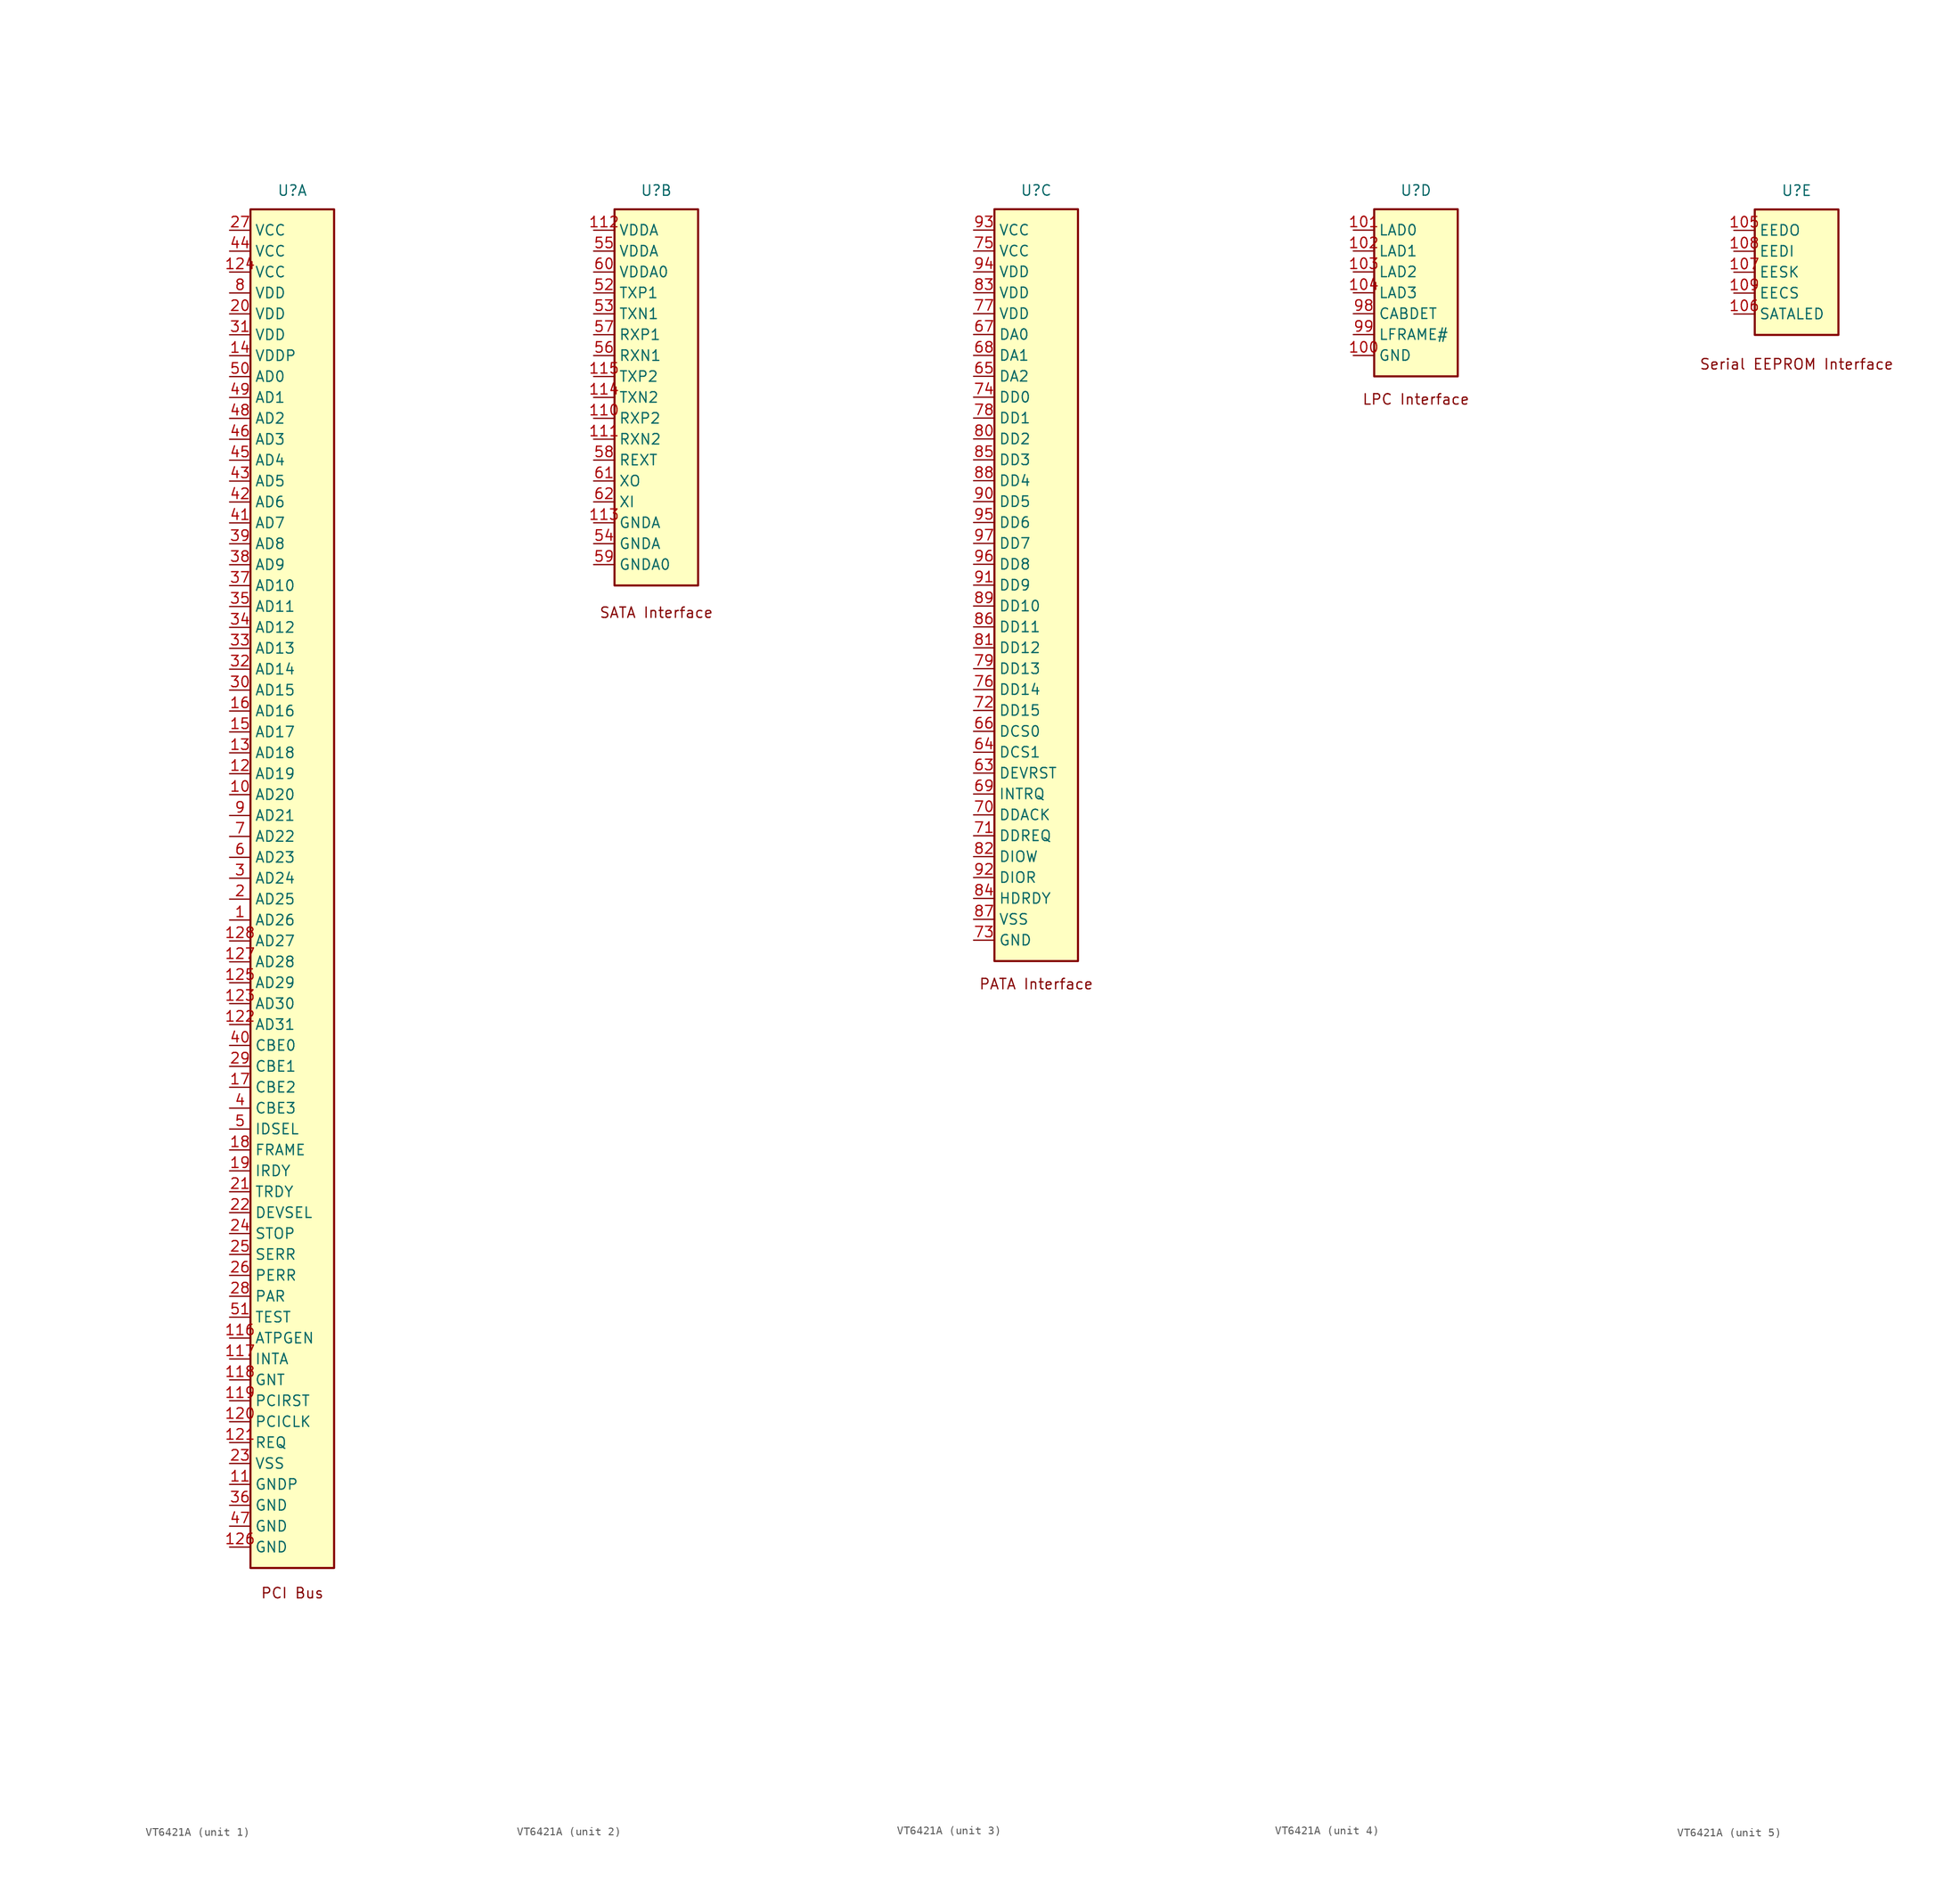
<source format=kicad_sym>
(kicad_symbol_lib
  (version 20231120)
  (generator "kicad_symbol_editor")
  (generator_version "8.0")
  (symbol "VT6421A"
    (property "Reference" "U"
      (at 0 2.286 0)
      (effects (font (size 1.27 1.27))))
    (property "Value" ""
      (at -27.94 -177.8 0)
      (effects (font (size 1.27 1.27))))
    (property "ki_locked" ""
      (at 0 0 0)
      (effects (font (size 1.27 1.27))))
    (symbol "VT6421A_1_1"
      (rectangle (start -5.08 0) (end 5.08 -165.1) (stroke (width 0.254) (type default)) (fill (type background)))
      (text "PCI Bus" (at 0 -168.148 0) (effects (font (size 1.27 1.27))))
      (pin bidirectional line (at -7.62 -86.36 0) (length 2.54) (name "AD26" (effects (font (size 1.27 1.27)))) (number "1" (effects (font (size 1.27 1.27)))))
      (pin bidirectional line (at -7.62 -71.12 0) (length 2.54) (name "AD20" (effects (font (size 1.27 1.27)))) (number "10" (effects (font (size 1.27 1.27)))))
      (pin passive line (at -7.62 -154.94 0) (length 2.54) (name "GNDP" (effects (font (size 1.27 1.27)))) (number "11" (effects (font (size 1.27 1.27)))))
      (pin input line (at -7.62 -137.16 0) (length 2.54) (name "ATPGEN" (effects (font (size 1.27 1.27)))) (number "116" (effects (font (size 1.27 1.27)))))
      (pin output line (at -7.62 -139.7 0) (length 2.54) (name "INTA" (effects (font (size 1.27 1.27)))) (number "117" (effects (font (size 1.27 1.27)))))
      (pin bidirectional line (at -7.62 -142.24 0) (length 2.54) (name "GNT" (effects (font (size 1.27 1.27)))) (number "118" (effects (font (size 1.27 1.27)))))
      (pin bidirectional line (at -7.62 -144.78 0) (length 2.54) (name "PCIRST" (effects (font (size 1.27 1.27)))) (number "119" (effects (font (size 1.27 1.27)))))
      (pin bidirectional line (at -7.62 -68.58 0) (length 2.54) (name "AD19" (effects (font (size 1.27 1.27)))) (number "12" (effects (font (size 1.27 1.27)))))
      (pin bidirectional line (at -7.62 -147.32 0) (length 2.54) (name "PCICLK" (effects (font (size 1.27 1.27)))) (number "120" (effects (font (size 1.27 1.27)))))
      (pin bidirectional line (at -7.62 -149.86 0) (length 2.54) (name "REQ" (effects (font (size 1.27 1.27)))) (number "121" (effects (font (size 1.27 1.27)))))
      (pin bidirectional line (at -7.62 -99.06 0) (length 2.54) (name "AD31" (effects (font (size 1.27 1.27)))) (number "122" (effects (font (size 1.27 1.27)))))
      (pin bidirectional line (at -7.62 -96.52 0) (length 2.54) (name "AD30" (effects (font (size 1.27 1.27)))) (number "123" (effects (font (size 1.27 1.27)))))
      (pin power_in line (at -7.62 -7.62 0) (length 2.54) (name "VCC" (effects (font (size 1.27 1.27)))) (number "124" (effects (font (size 1.27 1.27)))))
      (pin bidirectional line (at -7.62 -93.98 0) (length 2.54) (name "AD29" (effects (font (size 1.27 1.27)))) (number "125" (effects (font (size 1.27 1.27)))))
      (pin passive line (at -7.62 -162.56 0) (length 2.54) (name "GND" (effects (font (size 1.27 1.27)))) (number "126" (effects (font (size 1.27 1.27)))))
      (pin bidirectional line (at -7.62 -91.44 0) (length 2.54) (name "AD28" (effects (font (size 1.27 1.27)))) (number "127" (effects (font (size 1.27 1.27)))))
      (pin bidirectional line (at -7.62 -88.9 0) (length 2.54) (name "AD27" (effects (font (size 1.27 1.27)))) (number "128" (effects (font (size 1.27 1.27)))))
      (pin bidirectional line (at -7.62 -66.04 0) (length 2.54) (name "AD18" (effects (font (size 1.27 1.27)))) (number "13" (effects (font (size 1.27 1.27)))))
      (pin power_in line (at -7.62 -17.78 0) (length 2.54) (name "VDDP" (effects (font (size 1.27 1.27)))) (number "14" (effects (font (size 1.27 1.27)))))
      (pin bidirectional line (at -7.62 -63.5 0) (length 2.54) (name "AD17" (effects (font (size 1.27 1.27)))) (number "15" (effects (font (size 1.27 1.27)))))
      (pin bidirectional line (at -7.62 -60.96 0) (length 2.54) (name "AD16" (effects (font (size 1.27 1.27)))) (number "16" (effects (font (size 1.27 1.27)))))
      (pin bidirectional line (at -7.62 -106.68 0) (length 2.54) (name "CBE2" (effects (font (size 1.27 1.27)))) (number "17" (effects (font (size 1.27 1.27)))))
      (pin bidirectional line (at -7.62 -114.3 0) (length 2.54) (name "FRAME" (effects (font (size 1.27 1.27)))) (number "18" (effects (font (size 1.27 1.27)))))
      (pin bidirectional line (at -7.62 -116.84 0) (length 2.54) (name "IRDY" (effects (font (size 1.27 1.27)))) (number "19" (effects (font (size 1.27 1.27)))))
      (pin bidirectional line (at -7.62 -83.82 0) (length 2.54) (name "AD25" (effects (font (size 1.27 1.27)))) (number "2" (effects (font (size 1.27 1.27)))))
      (pin power_in line (at -7.62 -12.7 0) (length 2.54) (name "VDD" (effects (font (size 1.27 1.27)))) (number "20" (effects (font (size 1.27 1.27)))))
      (pin bidirectional line (at -7.62 -119.38 0) (length 2.54) (name "TRDY" (effects (font (size 1.27 1.27)))) (number "21" (effects (font (size 1.27 1.27)))))
      (pin bidirectional line (at -7.62 -121.92 0) (length 2.54) (name "DEVSEL" (effects (font (size 1.27 1.27)))) (number "22" (effects (font (size 1.27 1.27)))))
      (pin passive line (at -7.62 -152.4 0) (length 2.54) (name "VSS" (effects (font (size 1.27 1.27)))) (number "23" (effects (font (size 1.27 1.27)))))
      (pin bidirectional line (at -7.62 -124.46 0) (length 2.54) (name "STOP" (effects (font (size 1.27 1.27)))) (number "24" (effects (font (size 1.27 1.27)))))
      (pin input line (at -7.62 -127 0) (length 2.54) (name "SERR" (effects (font (size 1.27 1.27)))) (number "25" (effects (font (size 1.27 1.27)))))
      (pin input line (at -7.62 -129.54 0) (length 2.54) (name "PERR" (effects (font (size 1.27 1.27)))) (number "26" (effects (font (size 1.27 1.27)))))
      (pin power_in line (at -7.62 -2.54 0) (length 2.54) (name "VCC" (effects (font (size 1.27 1.27)))) (number "27" (effects (font (size 1.27 1.27)))))
      (pin bidirectional line (at -7.62 -132.08 0) (length 2.54) (name "PAR" (effects (font (size 1.27 1.27)))) (number "28" (effects (font (size 1.27 1.27)))))
      (pin bidirectional line (at -7.62 -104.14 0) (length 2.54) (name "CBE1" (effects (font (size 1.27 1.27)))) (number "29" (effects (font (size 1.27 1.27)))))
      (pin bidirectional line (at -7.62 -81.28 0) (length 2.54) (name "AD24" (effects (font (size 1.27 1.27)))) (number "3" (effects (font (size 1.27 1.27)))))
      (pin bidirectional line (at -7.62 -58.42 0) (length 2.54) (name "AD15" (effects (font (size 1.27 1.27)))) (number "30" (effects (font (size 1.27 1.27)))))
      (pin power_in line (at -7.62 -15.24 0) (length 2.54) (name "VDD" (effects (font (size 1.27 1.27)))) (number "31" (effects (font (size 1.27 1.27)))))
      (pin bidirectional line (at -7.62 -55.88 0) (length 2.54) (name "AD14" (effects (font (size 1.27 1.27)))) (number "32" (effects (font (size 1.27 1.27)))))
      (pin bidirectional line (at -7.62 -53.34 0) (length 2.54) (name "AD13" (effects (font (size 1.27 1.27)))) (number "33" (effects (font (size 1.27 1.27)))))
      (pin bidirectional line (at -7.62 -50.8 0) (length 2.54) (name "AD12" (effects (font (size 1.27 1.27)))) (number "34" (effects (font (size 1.27 1.27)))))
      (pin bidirectional line (at -7.62 -48.26 0) (length 2.54) (name "AD11" (effects (font (size 1.27 1.27)))) (number "35" (effects (font (size 1.27 1.27)))))
      (pin passive line (at -7.62 -157.48 0) (length 2.54) (name "GND" (effects (font (size 1.27 1.27)))) (number "36" (effects (font (size 1.27 1.27)))))
      (pin bidirectional line (at -7.62 -45.72 0) (length 2.54) (name "AD10" (effects (font (size 1.27 1.27)))) (number "37" (effects (font (size 1.27 1.27)))))
      (pin bidirectional line (at -7.62 -43.18 0) (length 2.54) (name "AD9" (effects (font (size 1.27 1.27)))) (number "38" (effects (font (size 1.27 1.27)))))
      (pin bidirectional line (at -7.62 -40.64 0) (length 2.54) (name "AD8" (effects (font (size 1.27 1.27)))) (number "39" (effects (font (size 1.27 1.27)))))
      (pin bidirectional line (at -7.62 -109.22 0) (length 2.54) (name "CBE3" (effects (font (size 1.27 1.27)))) (number "4" (effects (font (size 1.27 1.27)))))
      (pin bidirectional line (at -7.62 -101.6 0) (length 2.54) (name "CBE0" (effects (font (size 1.27 1.27)))) (number "40" (effects (font (size 1.27 1.27)))))
      (pin bidirectional line (at -7.62 -38.1 0) (length 2.54) (name "AD7" (effects (font (size 1.27 1.27)))) (number "41" (effects (font (size 1.27 1.27)))))
      (pin bidirectional line (at -7.62 -35.56 0) (length 2.54) (name "AD6" (effects (font (size 1.27 1.27)))) (number "42" (effects (font (size 1.27 1.27)))))
      (pin bidirectional line (at -7.62 -33.02 0) (length 2.54) (name "AD5" (effects (font (size 1.27 1.27)))) (number "43" (effects (font (size 1.27 1.27)))))
      (pin power_in line (at -7.62 -5.08 0) (length 2.54) (name "VCC" (effects (font (size 1.27 1.27)))) (number "44" (effects (font (size 1.27 1.27)))))
      (pin bidirectional line (at -7.62 -30.48 0) (length 2.54) (name "AD4" (effects (font (size 1.27 1.27)))) (number "45" (effects (font (size 1.27 1.27)))))
      (pin bidirectional line (at -7.62 -27.94 0) (length 2.54) (name "AD3" (effects (font (size 1.27 1.27)))) (number "46" (effects (font (size 1.27 1.27)))))
      (pin passive line (at -7.62 -160.02 0) (length 2.54) (name "GND" (effects (font (size 1.27 1.27)))) (number "47" (effects (font (size 1.27 1.27)))))
      (pin bidirectional line (at -7.62 -25.4 0) (length 2.54) (name "AD2" (effects (font (size 1.27 1.27)))) (number "48" (effects (font (size 1.27 1.27)))))
      (pin bidirectional line (at -7.62 -22.86 0) (length 2.54) (name "AD1" (effects (font (size 1.27 1.27)))) (number "49" (effects (font (size 1.27 1.27)))))
      (pin bidirectional line (at -7.62 -111.76 0) (length 2.54) (name "IDSEL" (effects (font (size 1.27 1.27)))) (number "5" (effects (font (size 1.27 1.27)))))
      (pin bidirectional line (at -7.62 -20.32 0) (length 2.54) (name "AD0" (effects (font (size 1.27 1.27)))) (number "50" (effects (font (size 1.27 1.27)))))
      (pin input line (at -7.62 -134.62 0) (length 2.54) (name "TEST" (effects (font (size 1.27 1.27)))) (number "51" (effects (font (size 1.27 1.27)))))
      (pin bidirectional line (at -7.62 -78.74 0) (length 2.54) (name "AD23" (effects (font (size 1.27 1.27)))) (number "6" (effects (font (size 1.27 1.27)))))
      (pin bidirectional line (at -7.62 -76.2 0) (length 2.54) (name "AD22" (effects (font (size 1.27 1.27)))) (number "7" (effects (font (size 1.27 1.27)))))
      (pin power_in line (at -7.62 -10.16 0) (length 2.54) (name "VDD" (effects (font (size 1.27 1.27)))) (number "8" (effects (font (size 1.27 1.27)))))
      (pin bidirectional line (at -7.62 -73.66 0) (length 2.54) (name "AD21" (effects (font (size 1.27 1.27)))) (number "9" (effects (font (size 1.27 1.27))))))
    (symbol "VT6421A_2_1"
      (rectangle (start -5.08 0) (end 5.08 -45.72) (stroke (width 0.254) (type default)) (fill (type background)))
      (text "SATA Interface" (at 0 -49.022 0) (effects (font (size 1.27 1.27))))
      (pin input line (at -7.62 -25.4 0) (length 2.54) (name "RXP2" (effects (font (size 1.27 1.27)))) (number "110" (effects (font (size 1.27 1.27)))))
      (pin input line (at -7.62 -27.94 0) (length 2.54) (name "RXN2" (effects (font (size 1.27 1.27)))) (number "111" (effects (font (size 1.27 1.27)))))
      (pin power_in line (at -7.62 -2.54 0) (length 2.54) (name "VDDA" (effects (font (size 1.27 1.27)))) (number "112" (effects (font (size 1.27 1.27)))))
      (pin passive line (at -7.62 -38.1 0) (length 2.54) (name "GNDA" (effects (font (size 1.27 1.27)))) (number "113" (effects (font (size 1.27 1.27)))))
      (pin output line (at -7.62 -22.86 0) (length 2.54) (name "TXN2" (effects (font (size 1.27 1.27)))) (number "114" (effects (font (size 1.27 1.27)))))
      (pin output line (at -7.62 -20.32 0) (length 2.54) (name "TXP2" (effects (font (size 1.27 1.27)))) (number "115" (effects (font (size 1.27 1.27)))))
      (pin output line (at -7.62 -10.16 0) (length 2.54) (name "TXP1" (effects (font (size 1.27 1.27)))) (number "52" (effects (font (size 1.27 1.27)))))
      (pin output line (at -7.62 -12.7 0) (length 2.54) (name "TXN1" (effects (font (size 1.27 1.27)))) (number "53" (effects (font (size 1.27 1.27)))))
      (pin passive line (at -7.62 -40.64 0) (length 2.54) (name "GNDA" (effects (font (size 1.27 1.27)))) (number "54" (effects (font (size 1.27 1.27)))))
      (pin power_in line (at -7.62 -5.08 0) (length 2.54) (name "VDDA" (effects (font (size 1.27 1.27)))) (number "55" (effects (font (size 1.27 1.27)))))
      (pin input line (at -7.62 -17.78 0) (length 2.54) (name "RXN1" (effects (font (size 1.27 1.27)))) (number "56" (effects (font (size 1.27 1.27)))))
      (pin input line (at -7.62 -15.24 0) (length 2.54) (name "RXP1" (effects (font (size 1.27 1.27)))) (number "57" (effects (font (size 1.27 1.27)))))
      (pin input line (at -7.62 -30.48 0) (length 2.54) (name "REXT" (effects (font (size 1.27 1.27)))) (number "58" (effects (font (size 1.27 1.27)))))
      (pin passive line (at -7.62 -43.18 0) (length 2.54) (name "GNDA0" (effects (font (size 1.27 1.27)))) (number "59" (effects (font (size 1.27 1.27)))))
      (pin power_in line (at -7.62 -7.62 0) (length 2.54) (name "VDDA0" (effects (font (size 1.27 1.27)))) (number "60" (effects (font (size 1.27 1.27)))))
      (pin output line (at -7.62 -33.02 0) (length 2.54) (name "XO" (effects (font (size 1.27 1.27)))) (number "61" (effects (font (size 1.27 1.27)))))
      (pin input line (at -7.62 -35.56 0) (length 2.54) (name "XI" (effects (font (size 1.27 1.27)))) (number "62" (effects (font (size 1.27 1.27))))))
    (symbol "VT6421A_3_1"
      (rectangle (start -5.08 0) (end 5.08 -91.44) (stroke (width 0.254) (type default)) (fill (type background)))
      (text "PATA Interface" (at 0 -94.234 0) (effects (font (size 1.27 1.27))))
      (pin output line (at -7.62 -68.58 0) (length 2.54) (name "DEVRST" (effects (font (size 1.27 1.27)))) (number "63" (effects (font (size 1.27 1.27)))))
      (pin output line (at -7.62 -66.04 0) (length 2.54) (name "DCS1" (effects (font (size 1.27 1.27)))) (number "64" (effects (font (size 1.27 1.27)))))
      (pin bidirectional line (at -7.62 -20.32 0) (length 2.54) (name "DA2" (effects (font (size 1.27 1.27)))) (number "65" (effects (font (size 1.27 1.27)))))
      (pin output line (at -7.62 -63.5 0) (length 2.54) (name "DCS0" (effects (font (size 1.27 1.27)))) (number "66" (effects (font (size 1.27 1.27)))))
      (pin bidirectional line (at -7.62 -15.24 0) (length 2.54) (name "DA0" (effects (font (size 1.27 1.27)))) (number "67" (effects (font (size 1.27 1.27)))))
      (pin bidirectional line (at -7.62 -17.78 0) (length 2.54) (name "DA1" (effects (font (size 1.27 1.27)))) (number "68" (effects (font (size 1.27 1.27)))))
      (pin input line (at -7.62 -71.12 0) (length 2.54) (name "INTRQ" (effects (font (size 1.27 1.27)))) (number "69" (effects (font (size 1.27 1.27)))))
      (pin output line (at -7.62 -73.66 0) (length 2.54) (name "DDACK" (effects (font (size 1.27 1.27)))) (number "70" (effects (font (size 1.27 1.27)))))
      (pin input line (at -7.62 -76.2 0) (length 2.54) (name "DDREQ" (effects (font (size 1.27 1.27)))) (number "71" (effects (font (size 1.27 1.27)))))
      (pin bidirectional line (at -7.62 -60.96 0) (length 2.54) (name "DD15" (effects (font (size 1.27 1.27)))) (number "72" (effects (font (size 1.27 1.27)))))
      (pin passive line (at -7.62 -88.9 0) (length 2.54) (name "GND" (effects (font (size 1.27 1.27)))) (number "73" (effects (font (size 1.27 1.27)))))
      (pin bidirectional line (at -7.62 -22.86 0) (length 2.54) (name "DD0" (effects (font (size 1.27 1.27)))) (number "74" (effects (font (size 1.27 1.27)))))
      (pin power_in line (at -7.62 -5.08 0) (length 2.54) (name "VCC" (effects (font (size 1.27 1.27)))) (number "75" (effects (font (size 1.27 1.27)))))
      (pin bidirectional line (at -7.62 -58.42 0) (length 2.54) (name "DD14" (effects (font (size 1.27 1.27)))) (number "76" (effects (font (size 1.27 1.27)))))
      (pin power_in line (at -7.62 -12.7 0) (length 2.54) (name "VDD" (effects (font (size 1.27 1.27)))) (number "77" (effects (font (size 1.27 1.27)))))
      (pin bidirectional line (at -7.62 -25.4 0) (length 2.54) (name "DD1" (effects (font (size 1.27 1.27)))) (number "78" (effects (font (size 1.27 1.27)))))
      (pin bidirectional line (at -7.62 -55.88 0) (length 2.54) (name "DD13" (effects (font (size 1.27 1.27)))) (number "79" (effects (font (size 1.27 1.27)))))
      (pin bidirectional line (at -7.62 -27.94 0) (length 2.54) (name "DD2" (effects (font (size 1.27 1.27)))) (number "80" (effects (font (size 1.27 1.27)))))
      (pin bidirectional line (at -7.62 -53.34 0) (length 2.54) (name "DD12" (effects (font (size 1.27 1.27)))) (number "81" (effects (font (size 1.27 1.27)))))
      (pin output line (at -7.62 -78.74 0) (length 2.54) (name "DIOW" (effects (font (size 1.27 1.27)))) (number "82" (effects (font (size 1.27 1.27)))))
      (pin power_in line (at -7.62 -10.16 0) (length 2.54) (name "VDD" (effects (font (size 1.27 1.27)))) (number "83" (effects (font (size 1.27 1.27)))))
      (pin input line (at -7.62 -83.82 0) (length 2.54) (name "HDRDY" (effects (font (size 1.27 1.27)))) (number "84" (effects (font (size 1.27 1.27)))))
      (pin bidirectional line (at -7.62 -30.48 0) (length 2.54) (name "DD3" (effects (font (size 1.27 1.27)))) (number "85" (effects (font (size 1.27 1.27)))))
      (pin bidirectional line (at -7.62 -50.8 0) (length 2.54) (name "DD11" (effects (font (size 1.27 1.27)))) (number "86" (effects (font (size 1.27 1.27)))))
      (pin power_in line (at -7.62 -86.36 0) (length 2.54) (name "VSS" (effects (font (size 1.27 1.27)))) (number "87" (effects (font (size 1.27 1.27)))))
      (pin bidirectional line (at -7.62 -33.02 0) (length 2.54) (name "DD4" (effects (font (size 1.27 1.27)))) (number "88" (effects (font (size 1.27 1.27)))))
      (pin bidirectional line (at -7.62 -48.26 0) (length 2.54) (name "DD10" (effects (font (size 1.27 1.27)))) (number "89" (effects (font (size 1.27 1.27)))))
      (pin bidirectional line (at -7.62 -35.56 0) (length 2.54) (name "DD5" (effects (font (size 1.27 1.27)))) (number "90" (effects (font (size 1.27 1.27)))))
      (pin bidirectional line (at -7.62 -45.72 0) (length 2.54) (name "DD9" (effects (font (size 1.27 1.27)))) (number "91" (effects (font (size 1.27 1.27)))))
      (pin output line (at -7.62 -81.28 0) (length 2.54) (name "DIOR" (effects (font (size 1.27 1.27)))) (number "92" (effects (font (size 1.27 1.27)))))
      (pin power_in line (at -7.62 -2.54 0) (length 2.54) (name "VCC" (effects (font (size 1.27 1.27)))) (number "93" (effects (font (size 1.27 1.27)))))
      (pin power_in line (at -7.62 -7.62 0) (length 2.54) (name "VDD" (effects (font (size 1.27 1.27)))) (number "94" (effects (font (size 1.27 1.27)))))
      (pin bidirectional line (at -7.62 -38.1 0) (length 2.54) (name "DD6" (effects (font (size 1.27 1.27)))) (number "95" (effects (font (size 1.27 1.27)))))
      (pin bidirectional line (at -7.62 -43.18 0) (length 2.54) (name "DD8" (effects (font (size 1.27 1.27)))) (number "96" (effects (font (size 1.27 1.27)))))
      (pin bidirectional line (at -7.62 -40.64 0) (length 2.54) (name "DD7" (effects (font (size 1.27 1.27)))) (number "97" (effects (font (size 1.27 1.27))))))
    (symbol "VT6421A_4_1"
      (rectangle (start -5.08 0) (end 5.08 -20.32) (stroke (width 0.254) (type default)) (fill (type background)))
      (text "LPC Interface" (at 0 -23.114 0) (effects (font (size 1.27 1.27))))
      (pin passive line (at -7.62 -17.78 0) (length 2.54) (name "GND" (effects (font (size 1.27 1.27)))) (number "100" (effects (font (size 1.27 1.27)))))
      (pin bidirectional line (at -7.62 -2.54 0) (length 2.54) (name "LAD0" (effects (font (size 1.27 1.27)))) (number "101" (effects (font (size 1.27 1.27)))))
      (pin bidirectional line (at -7.62 -5.08 0) (length 2.54) (name "LAD1" (effects (font (size 1.27 1.27)))) (number "102" (effects (font (size 1.27 1.27)))))
      (pin bidirectional line (at -7.62 -7.62 0) (length 2.54) (name "LAD2" (effects (font (size 1.27 1.27)))) (number "103" (effects (font (size 1.27 1.27)))))
      (pin bidirectional line (at -7.62 -10.16 0) (length 2.54) (name "LAD3" (effects (font (size 1.27 1.27)))) (number "104" (effects (font (size 1.27 1.27)))))
      (pin input line (at -7.62 -12.7 0) (length 2.54) (name "CABDET" (effects (font (size 1.27 1.27)))) (number "98" (effects (font (size 1.27 1.27)))))
      (pin output line (at -7.62 -15.24 0) (length 2.54) (name "LFRAME#" (effects (font (size 1.27 1.27)))) (number "99" (effects (font (size 1.27 1.27))))))
    (symbol "VT6421A_5_1"
      (rectangle (start -5.08 0) (end 5.08 -15.24) (stroke (width 0.254) (type default)) (fill (type background)))
      (text "Serial EEPROM Interface" (at 0 -18.796 0) (effects (font (size 1.27 1.27))))
      (pin input line (at -7.62 -2.54 0) (length 2.54) (name "EEDO" (effects (font (size 1.27 1.27)))) (number "105" (effects (font (size 1.27 1.27)))))
      (pin output line (at -7.62 -12.7 0) (length 2.54) (name "SATALED" (effects (font (size 1.27 1.27)))) (number "106" (effects (font (size 1.27 1.27)))))
      (pin output line (at -7.62 -7.62 0) (length 2.54) (name "EESK" (effects (font (size 1.27 1.27)))) (number "107" (effects (font (size 1.27 1.27)))))
      (pin output line (at -7.62 -5.08 0) (length 2.54) (name "EEDI" (effects (font (size 1.27 1.27)))) (number "108" (effects (font (size 1.27 1.27)))))
      (pin output line (at -7.62 -10.16 0) (length 2.54) (name "EECS" (effects (font (size 1.27 1.27)))) (number "109" (effects (font (size 1.27 1.27))))))))
</source>
